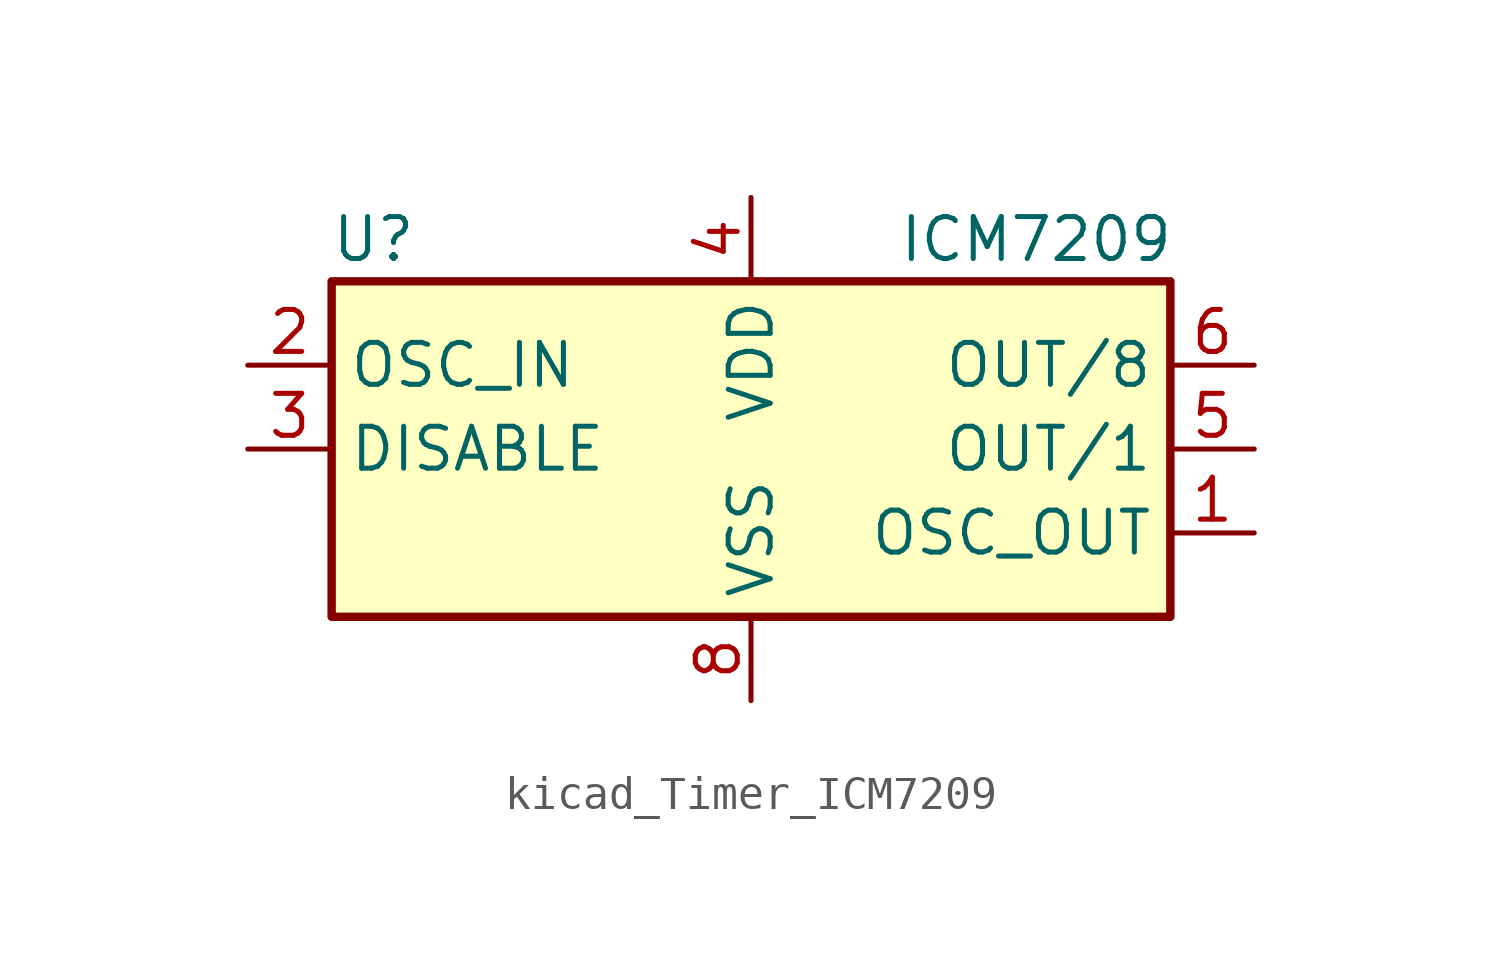
<source format=kicad_sym>
(kicad_symbol_lib
  (version 20220914)
  (generator kicad_symbol_editor)
  (symbol "kicad_Timer_ICM7209"
    (property "Reference" "U"
      (at -11.43 6.35 0)
      (effects (font (size 1.27 1.27))))
    (property "Value" "ICM7209"
      (at 8.636 6.35 0)
      (effects (font (size 1.27 1.27))))
    (symbol "kicad_Timer_ICM7209_0_1"
      (rectangle (start -12.7 -5.08) (end 12.7 5.08) (stroke (width 0.254) (type default)) (fill (type background))))
    (symbol "kicad_Timer_ICM7209_1_1"
      (pin output line (at 15.24 -2.54 180) (length 2.54) (name "OSC_OUT" (effects (font (size 1.27 1.27)))) (number "1" (effects (font (size 1.27 1.27)))))
      (pin input line (at -15.24 2.54 0) (length 2.54) (name "OSC_IN" (effects (font (size 1.27 1.27)))) (number "2" (effects (font (size 1.27 1.27)))))
      (pin input line (at -15.24 0 0) (length 2.54) (name "DISABLE" (effects (font (size 1.27 1.27)))) (number "3" (effects (font (size 1.27 1.27)))))
      (pin power_in line (at 0 7.62 270) (length 2.54) (name "VDD" (effects (font (size 1.27 1.27)))) (number "4" (effects (font (size 1.27 1.27)))))
      (pin output line (at 15.24 0 180) (length 2.54) (name "OUT/1" (effects (font (size 1.27 1.27)))) (number "5" (effects (font (size 1.27 1.27)))))
      (pin output line (at 15.24 2.54 180) (length 2.54) (name "OUT/8" (effects (font (size 1.27 1.27)))) (number "6" (effects (font (size 1.27 1.27)))))
      (pin power_in line (at 0 -7.62 90) (length 2.54) (name "VSS" (effects (font (size 1.27 1.27)))) (number "8" (effects (font (size 1.27 1.27))))))))
</source>
